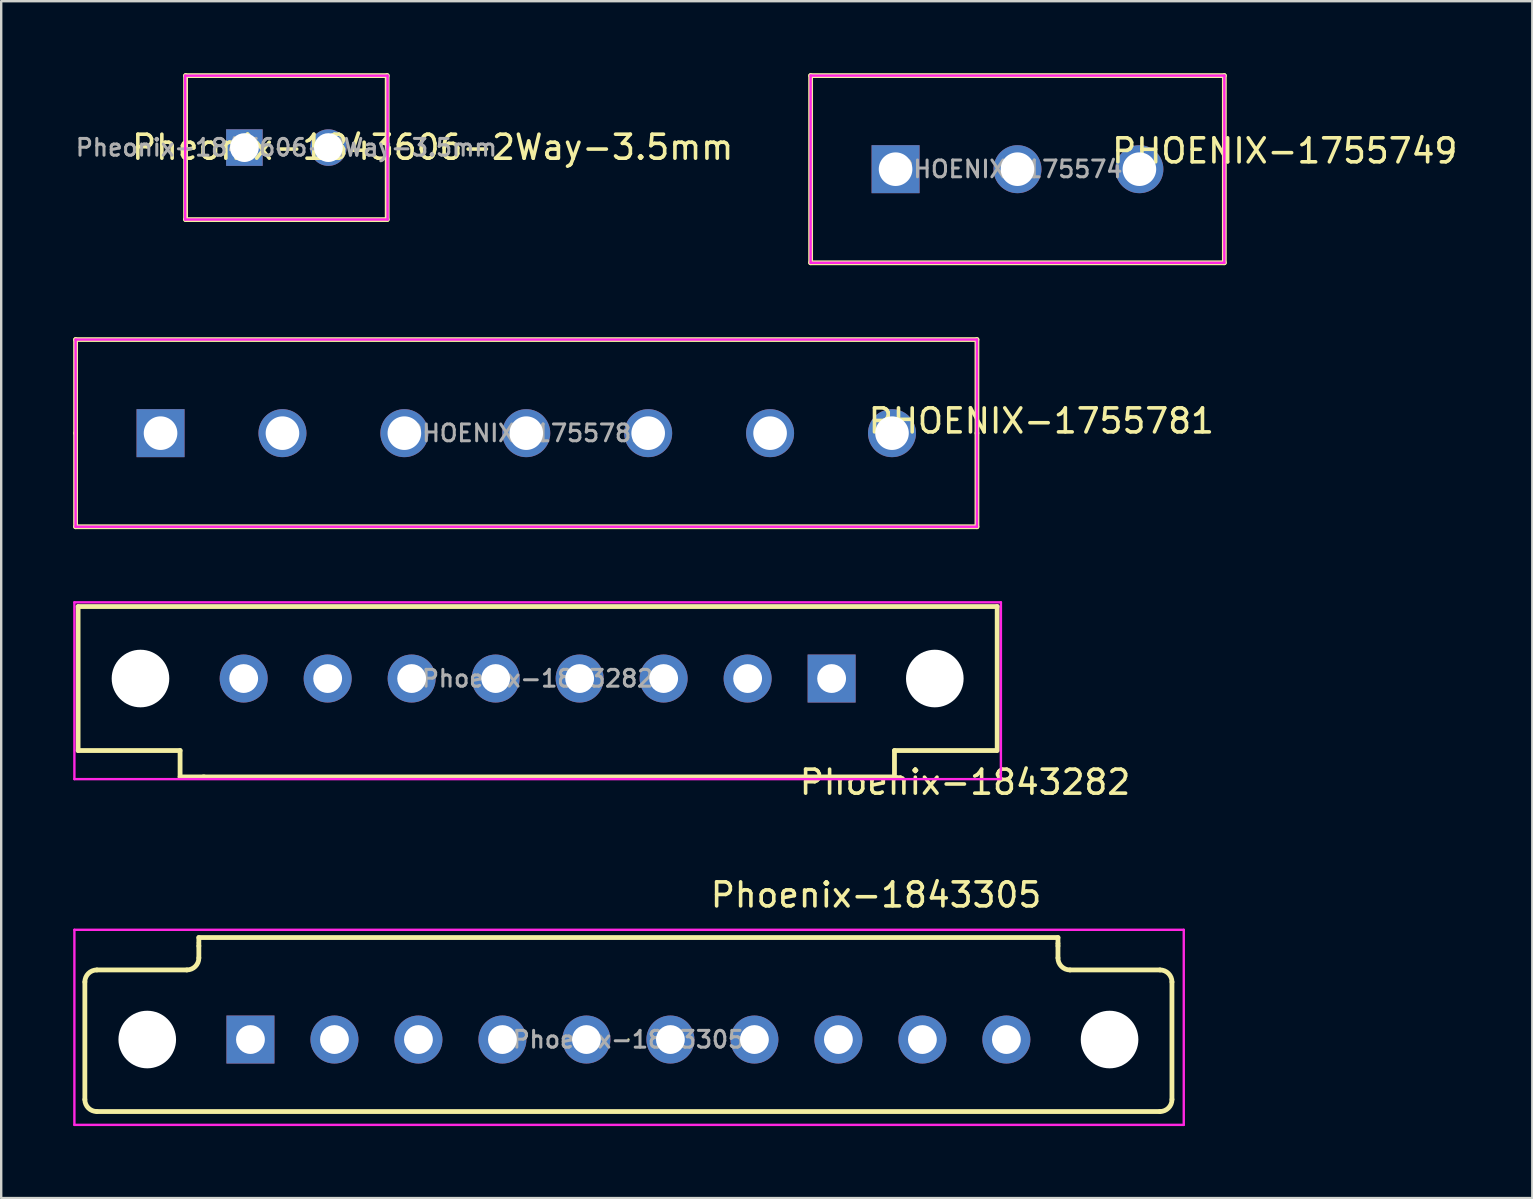
<source format=kicad_pcb>
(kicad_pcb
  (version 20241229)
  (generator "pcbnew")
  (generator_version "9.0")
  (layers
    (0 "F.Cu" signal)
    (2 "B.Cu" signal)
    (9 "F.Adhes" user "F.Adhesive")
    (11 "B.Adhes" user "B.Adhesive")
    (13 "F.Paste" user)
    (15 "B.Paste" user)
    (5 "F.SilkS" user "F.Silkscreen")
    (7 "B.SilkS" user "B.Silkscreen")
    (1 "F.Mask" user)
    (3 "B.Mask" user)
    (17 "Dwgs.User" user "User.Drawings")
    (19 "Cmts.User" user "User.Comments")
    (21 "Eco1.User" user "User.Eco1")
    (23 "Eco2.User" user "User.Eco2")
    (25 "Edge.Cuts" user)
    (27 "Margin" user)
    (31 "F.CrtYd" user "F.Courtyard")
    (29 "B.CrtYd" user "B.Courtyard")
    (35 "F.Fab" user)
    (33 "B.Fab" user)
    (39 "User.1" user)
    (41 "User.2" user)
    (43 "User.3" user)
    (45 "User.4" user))
  (footprint "PHOENIX-1755749"
    (layer "F.Cu")
    (at 39.349 4)
    (property "Reference" "PHOENIX-1755749" (at 11.138 -0.762 0) (layer "F.SilkS") (effects (font (size 1 1) (thickness 0.15))))
    (attr through_hole)
    (fp_line (start -8.62 -3.9) (end 8.62 -3.9) (stroke (width 0.2) (type solid)) (layer "F.SilkS"))
    (fp_line (start -8.62 3.9) (end -8.62 -3.9) (stroke (width 0.2) (type solid)) (layer "F.SilkS"))
    (fp_line (start 8.62 -3.9) (end 8.62 3.9) (stroke (width 0.2) (type solid)) (layer "F.SilkS"))
    (fp_line (start 8.62 3.9) (end -8.62 3.9) (stroke (width 0.2) (type solid)) (layer "F.SilkS"))
    (fp_line (start -8.62 -3.9) (end 8.62 -3.9) (stroke (width 0.1) (type solid)) (layer "F.CrtYd"))
    (fp_line (start -8.62 3.9) (end -8.62 -3.9) (stroke (width 0.1) (type solid)) (layer "F.CrtYd"))
    (fp_line (start 8.62 -3.9) (end 8.62 3.9) (stroke (width 0.1) (type solid)) (layer "F.CrtYd"))
    (fp_line (start 8.62 3.9) (end -8.62 3.9) (stroke (width 0.1) (type solid)) (layer "F.CrtYd"))
    (fp_text user "${REFERENCE}" (at 0 0 0) (layer "F.Fab") (effects (font (size 0.7 0.7) (thickness 0.125))))
    (pad "1" thru_hole rect (at -5.08 0) (size 2 2) (drill 1.4) (layers "*.Cu" "*.Mask"))
    (pad "2" thru_hole circle (at 0 0) (size 2 2) (drill 1.4) (layers "*.Cu" "*.Mask"))
    (pad "3" thru_hole circle (at 5.08 0) (size 2 2) (drill 1.4) (layers "*.Cu" "*.Mask")))
  (footprint "PHOENIX-1755781"
    (layer "F.Cu")
    (at 18.88 15)
    (property "Reference" "PHOENIX-1755781" (at 21.463 -0.508 0) (layer "F.SilkS") (effects (font (size 1 1) (thickness 0.15))))
    (attr through_hole)
    (fp_line (start -18.78 -3.9) (end -18.78 0) (stroke (width 0.2) (type solid)) (layer "F.SilkS"))
    (fp_line (start -18.78 0) (end -18.78 3.9) (stroke (width 0.2) (type solid)) (layer "F.SilkS"))
    (fp_line (start -18.78 3.9) (end 18.78 3.9) (stroke (width 0.2) (type solid)) (layer "F.SilkS"))
    (fp_line (start 18.78 -3.9) (end -18.78 -3.9) (stroke (width 0.2) (type solid)) (layer "F.SilkS"))
    (fp_line (start 18.78 0) (end 18.78 -3.9) (stroke (width 0.2) (type solid)) (layer "F.SilkS"))
    (fp_line (start 18.78 3.9) (end 18.78 0) (stroke (width 0.2) (type solid)) (layer "F.SilkS"))
    (fp_line (start -18.78 -3.9) (end 18.78 -3.9) (stroke (width 0.1) (type solid)) (layer "F.CrtYd"))
    (fp_line (start -18.78 3.9) (end -18.78 -3.9) (stroke (width 0.1) (type solid)) (layer "F.CrtYd"))
    (fp_line (start 18.78 -3.9) (end 18.78 3.9) (stroke (width 0.1) (type solid)) (layer "F.CrtYd"))
    (fp_line (start 18.78 3.9) (end -18.78 3.9) (stroke (width 0.1) (type solid)) (layer "F.CrtYd"))
    (fp_text user "${REFERENCE}" (at 0 0 0) (layer "F.Fab") (effects (font (size 0.7 0.7) (thickness 0.125))))
    (pad "1" thru_hole rect (at -15.24 0) (size 2 2) (drill 1.4) (layers "*.Cu" "*.Mask"))
    (pad "2" thru_hole circle (at -10.16 0) (size 2 2) (drill 1.4) (layers "*.Cu" "*.Mask"))
    (pad "3" thru_hole circle (at -5.08 0) (size 2 2) (drill 1.4) (layers "*.Cu" "*.Mask"))
    (pad "4" thru_hole circle (at 0 0) (size 2 2) (drill 1.4) (layers "*.Cu" "*.Mask"))
    (pad "5" thru_hole circle (at 5.08 0) (size 2 2) (drill 1.4) (layers "*.Cu" "*.Mask"))
    (pad "6" thru_hole circle (at 10.16 0) (size 2 2) (drill 1.4) (layers "*.Cu" "*.Mask"))
    (pad "7" thru_hole circle (at 15.24 0) (size 2 2) (drill 1.4) (layers "*.Cu" "*.Mask")))
  (footprint "Pheonix-1843606-2Way-3.5mm"
    (layer "F.Cu")
    (at 8.884 3.1)
    (property "Reference" "Pheonix-1843606-2Way-3.5mm" (at 6.096 -0.013 0) (layer "F.SilkS") (effects (font (size 1 1) (thickness 0.15))))
    (attr through_hole)
    (fp_line (start -4.2 -3) (end 4.2 -3) (stroke (width 0.2) (type solid)) (layer "F.SilkS"))
    (fp_line (start -4.2 3) (end -4.2 -3) (stroke (width 0.2) (type solid)) (layer "F.SilkS"))
    (fp_line (start 4.2 -3) (end 4.2 3) (stroke (width 0.2) (type solid)) (layer "F.SilkS"))
    (fp_line (start 4.2 3) (end -4.2 3) (stroke (width 0.2) (type solid)) (layer "F.SilkS"))
    (fp_line (start -4.216 -2.997) (end 4.216 -2.997) (stroke (width 0.1) (type solid)) (layer "F.CrtYd"))
    (fp_line (start -4.216 2.997) (end -4.216 -2.997) (stroke (width 0.1) (type solid)) (layer "F.CrtYd"))
    (fp_line (start 4.216 -2.997) (end 4.216 2.997) (stroke (width 0.1) (type solid)) (layer "F.CrtYd"))
    (fp_line (start 4.216 2.997) (end -4.216 2.997) (stroke (width 0.1) (type solid)) (layer "F.CrtYd"))
    (fp_text user "${REFERENCE}" (at 0 0 0) (layer "F.Fab") (effects (font (size 0.7 0.7) (thickness 0.125))))
    (pad "1" thru_hole rect (at -1.75 0) (size 1.524 1.524) (drill 1.2) (layers "*.Cu" "*.Mask"))
    (pad "2" thru_hole circle (at 1.75 0) (size 1.524 1.524) (drill 1.2) (layers "*.Cu" "*.Mask")))
  (footprint "Phoenix-1843282"
    (layer "F.Cu")
    (at 19.354 25.225)
    (property "Reference" "Phoenix-1843282" (at 17.809 4.321 0) (layer "F.SilkS") (effects (font (size 1 1) (thickness 0.15))))
    (attr through_hole)
    (fp_line (start -19.15 -3) (end -19.15 3) (stroke (width 0.2) (type solid)) (layer "F.SilkS"))
    (fp_line (start -19.15 -3) (end 19.15 -3) (stroke (width 0.2) (type solid)) (layer "F.SilkS"))
    (fp_line (start -19.15 3) (end -14.9 3) (stroke (width 0.2) (type solid)) (layer "F.SilkS"))
    (fp_line (start -14.9 3) (end -14.9 4.1) (stroke (width 0.2) (type solid)) (layer "F.SilkS"))
    (fp_line (start -13.9 4.1) (end -14.9 4.1) (stroke (width 0.2) (type solid)) (layer "F.SilkS"))
    (fp_line (start 14.869 3) (end 14.869 4.1) (stroke (width 0.2) (type solid)) (layer "F.SilkS"))
    (fp_line (start 14.869 4.1) (end -13.931 4.1) (stroke (width 0.2) (type solid)) (layer "F.SilkS"))
    (fp_line (start 19.119 3) (end 14.869 3) (stroke (width 0.2) (type solid)) (layer "F.SilkS"))
    (fp_line (start 19.15 -3) (end 19.15 3) (stroke (width 0.2) (type solid)) (layer "F.SilkS"))
    (fp_line (start -19.304 -3.175) (end -19.304 4.191) (stroke (width 0.1) (type solid)) (layer "F.CrtYd"))
    (fp_line (start -19.304 4.191) (end 19.304 4.191) (stroke (width 0.1) (type solid)) (layer "F.CrtYd"))
    (fp_line (start 19.304 -3.175) (end -19.304 -3.175) (stroke (width 0.1) (type solid)) (layer "F.CrtYd"))
    (fp_line (start 19.304 4.191) (end 19.304 -3.175) (stroke (width 0.1) (type solid)) (layer "F.CrtYd"))
    (fp_text user "${REFERENCE}" (at 0 0 0) (layer "F.Fab") (effects (font (size 0.7 0.7) (thickness 0.125))))
    (pad "" np_thru_hole circle (at -16.55 0) (size 2.4 2.4) (drill 2.4) (layers "*.Cu" "*.Mask"))
    (pad "" np_thru_hole circle (at 16.55 0) (size 2.4 2.4) (drill 2.4) (layers "*.Cu" "*.Mask"))
    (pad "1" thru_hole rect (at 12.25 0) (size 2 2) (drill 1.2) (layers "*.Cu" "*.Mask"))
    (pad "2" thru_hole circle (at 8.75 0) (size 2 2) (drill 1.2) (layers "*.Cu" "*.Mask"))
    (pad "3" thru_hole circle (at 5.25 0) (size 2 2) (drill 1.2) (layers "*.Cu" "*.Mask"))
    (pad "4" thru_hole circle (at 1.75 0) (size 2 2) (drill 1.2) (layers "*.Cu" "*.Mask"))
    (pad "5" thru_hole circle (at -1.75 0) (size 2 2) (drill 1.2) (layers "*.Cu" "*.Mask"))
    (pad "6" thru_hole circle (at -5.25 0) (size 2 2) (drill 1.2) (layers "*.Cu" "*.Mask"))
    (pad "7" thru_hole circle (at -8.75 0) (size 2 2) (drill 1.2) (layers "*.Cu" "*.Mask"))
    (pad "8" thru_hole circle (at -12.25 0) (size 2 2) (drill 1.2) (layers "*.Cu" "*.Mask")))
  (footprint "Phoenix-1843305"
    (layer "F.Cu")
    (at 23.136 40.268)
    (property "Reference" "Phoenix-1843305" (at 10.319 -6.025 0) (layer "F.SilkS") (effects (font (size 1 1) (thickness 0.15))))
    (attr through_hole)
    (fp_line (start -22.65 -2.4) (end -22.65 2.5) (stroke (width 0.2) (type solid)) (layer "F.SilkS"))
    (fp_line (start -22.15 -2.9) (end -18.4 -2.9) (stroke (width 0.2) (type solid)) (layer "F.SilkS"))
    (fp_line (start -22.15 3) (end 22.15 3) (stroke (width 0.2) (type solid)) (layer "F.SilkS"))
    (fp_line (start -17.9 -4.25) (end -17.9 -4.05) (stroke (width 0.2) (type solid)) (layer "F.SilkS"))
    (fp_line (start -17.9 -4.25) (end 17.9 -4.25) (stroke (width 0.2) (type solid)) (layer "F.SilkS"))
    (fp_line (start -17.9 -3.9) (end -17.9 -4) (stroke (width 0.2) (type solid)) (layer "F.SilkS"))
    (fp_line (start -17.9 -3.4) (end -17.9 -3.9) (stroke (width 0.2) (type solid)) (layer "F.SilkS"))
    (fp_line (start 0 0) (end 0 0) (stroke (width 0.1) (type solid)) (layer "F.SilkS"))
    (fp_line (start 17.9 -4) (end 17.9 -4.25) (stroke (width 0.2) (type solid)) (layer "F.SilkS"))
    (fp_line (start 17.9 -3.9) (end 17.9 -4) (stroke (width 0.2) (type solid)) (layer "F.SilkS"))
    (fp_line (start 17.9 -3.9) (end 17.9 -3.4) (stroke (width 0.2) (type solid)) (layer "F.SilkS"))
    (fp_line (start 18.4 -2.9) (end 22.15 -2.9) (stroke (width 0.2) (type solid)) (layer "F.SilkS"))
    (fp_line (start 22.65 -2.4) (end 22.65 2.5) (stroke (width 0.2) (type solid)) (layer "F.SilkS"))
    (fp_arc (start -22.649999 -2.400873) (mid -22.503244 -2.753862) (end -22.15 -2.9) (stroke (width 0.2) (type solid)) (layer "F.SilkS"))
    (fp_arc (start -22.15 3) (mid -22.503553 2.853553) (end -22.65 2.5) (stroke (width 0.2) (type solid)) (layer "F.SilkS"))
    (fp_arc (start -17.9 -3.4) (mid -18.046447 -3.046447) (end -18.4 -2.9) (stroke (width 0.2) (type solid)) (layer "F.SilkS"))
    (fp_arc (start 18.4 -2.9) (mid 18.046447 -3.046447) (end 17.9 -3.4) (stroke (width 0.2) (type solid)) (layer "F.SilkS"))
    (fp_arc (start 22.15 -2.9) (mid 22.503553 -2.753553) (end 22.65 -2.4) (stroke (width 0.2) (type solid)) (layer "F.SilkS"))
    (fp_arc (start 22.65 2.5) (mid 22.503553 2.853553) (end 22.15 3) (stroke (width 0.2) (type solid)) (layer "F.SilkS"))
    (fp_line (start -23.086 -4.572) (end -23.086 3.556) (stroke (width 0.1) (type solid)) (layer "F.CrtYd"))
    (fp_line (start -23.086 3.556) (end 23.142 3.556) (stroke (width 0.1) (type solid)) (layer "F.CrtYd"))
    (fp_line (start 23.142 -4.572) (end -23.086 -4.572) (stroke (width 0.1) (type solid)) (layer "F.CrtYd"))
    (fp_line (start 23.142 3.556) (end 23.142 -4.572) (stroke (width 0.1) (type solid)) (layer "F.CrtYd"))
    (fp_text user "${REFERENCE}" (at 0 0 0) (layer "F.Fab") (effects (font (size 0.7 0.7) (thickness 0.125))))
    (pad "" np_thru_hole circle (at -20.05 0) (size 2.4 2.4) (drill 2.4) (layers "*.Cu" "*.Mask"))
    (pad "" np_thru_hole circle (at 20.05 0) (size 2.4 2.4) (drill 2.4) (layers "*.Cu" "*.Mask"))
    (pad "1" thru_hole rect (at -15.75 0) (size 2 2) (drill 1.2) (layers "*.Cu" "*.Mask"))
    (pad "2" thru_hole circle (at -12.25 0) (size 2 2) (drill 1.2) (layers "*.Cu" "*.Mask"))
    (pad "3" thru_hole circle (at -8.75 0) (size 2 2) (drill 1.2) (layers "*.Cu" "*.Mask"))
    (pad "4" thru_hole circle (at -5.25 0) (size 2 2) (drill 1.2) (layers "*.Cu" "*.Mask"))
    (pad "5" thru_hole circle (at -1.75 0) (size 2 2) (drill 1.2) (layers "*.Cu" "*.Mask"))
    (pad "6" thru_hole circle (at 1.75 0) (size 2 2) (drill 1.2) (layers "*.Cu" "*.Mask"))
    (pad "7" thru_hole circle (at 5.25 0) (size 2 2) (drill 1.2) (layers "*.Cu" "*.Mask"))
    (pad "8" thru_hole circle (at 8.75 0) (size 2 2) (drill 1.2) (layers "*.Cu" "*.Mask"))
    (pad "9" thru_hole circle (at 12.25 0) (size 2 2) (drill 1.2) (layers "*.Cu" "*.Mask"))
    (pad "10" thru_hole circle (at 15.75 0) (size 2 2) (drill 1.2) (layers "*.Cu" "*.Mask")))
  (gr_rect
    (start -3 -3)
    (end 60.802 46.874)
    (stroke (width 0.1) (type default))
    (fill no)
    (layer "Edge.Cuts")))
</source>
